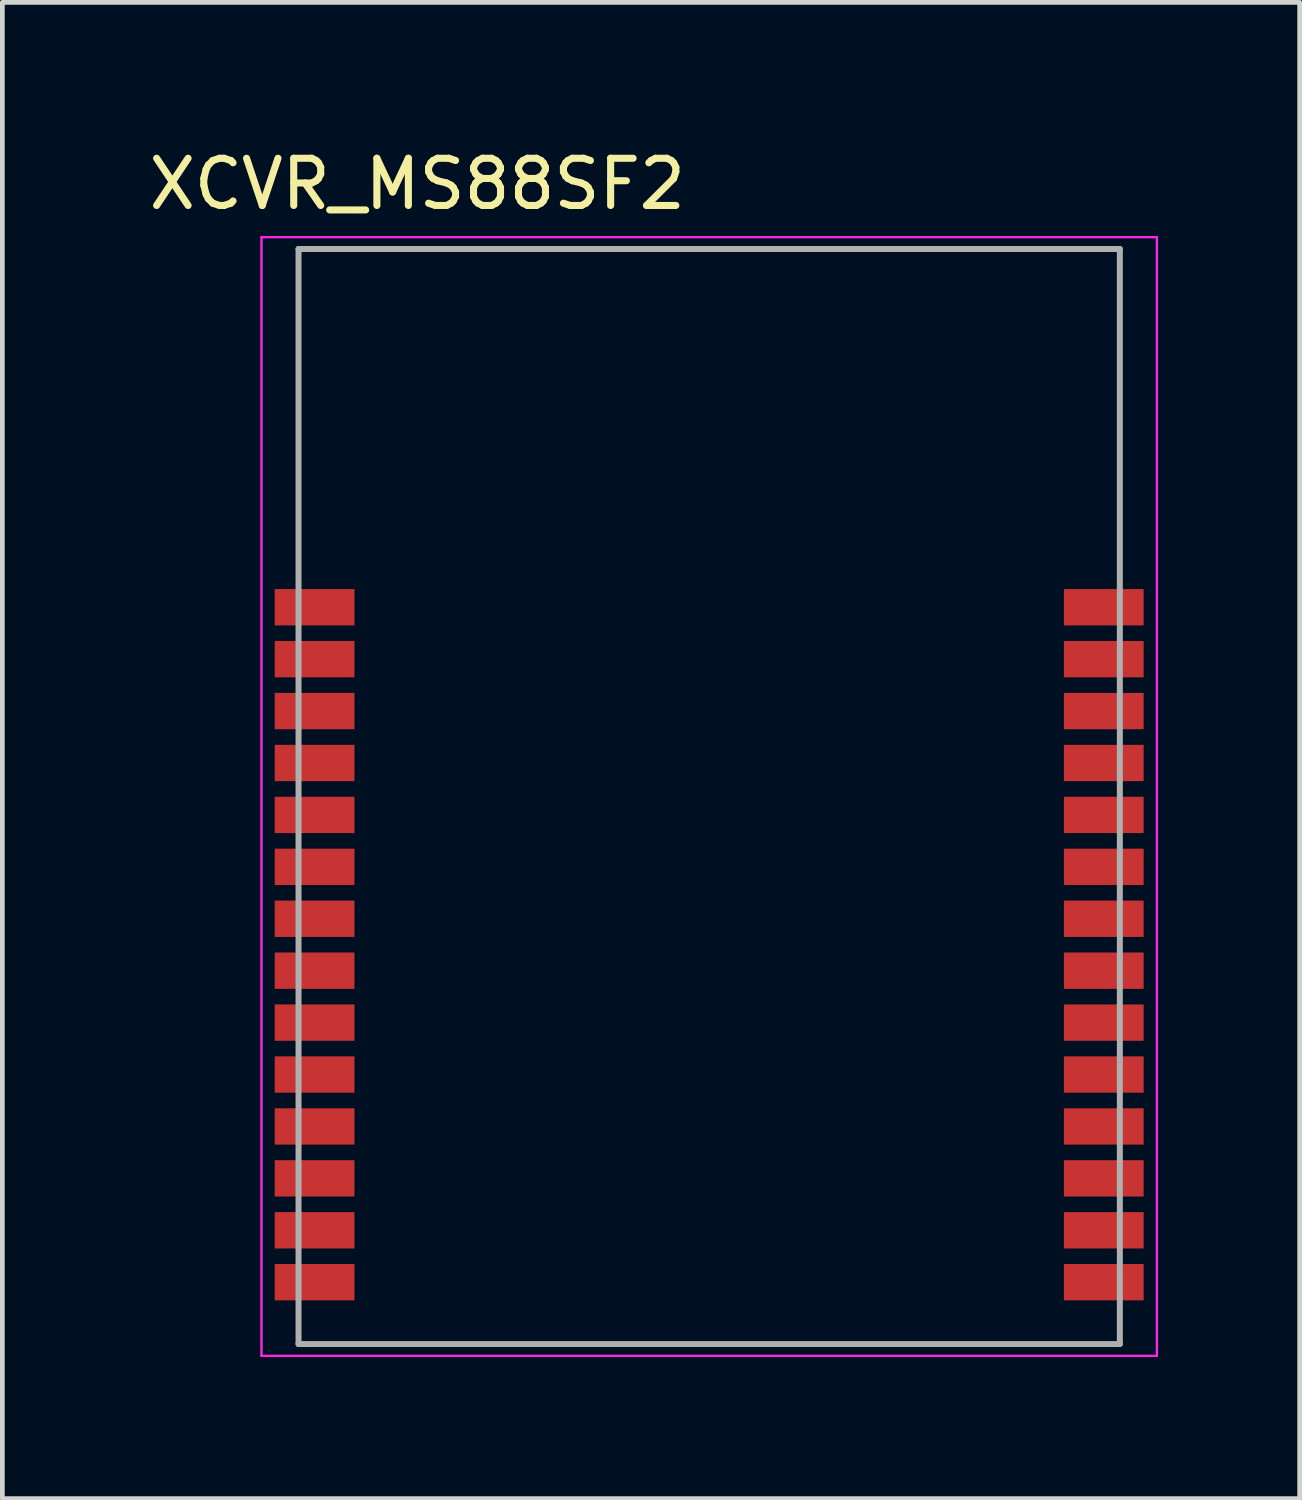
<source format=kicad_pcb>
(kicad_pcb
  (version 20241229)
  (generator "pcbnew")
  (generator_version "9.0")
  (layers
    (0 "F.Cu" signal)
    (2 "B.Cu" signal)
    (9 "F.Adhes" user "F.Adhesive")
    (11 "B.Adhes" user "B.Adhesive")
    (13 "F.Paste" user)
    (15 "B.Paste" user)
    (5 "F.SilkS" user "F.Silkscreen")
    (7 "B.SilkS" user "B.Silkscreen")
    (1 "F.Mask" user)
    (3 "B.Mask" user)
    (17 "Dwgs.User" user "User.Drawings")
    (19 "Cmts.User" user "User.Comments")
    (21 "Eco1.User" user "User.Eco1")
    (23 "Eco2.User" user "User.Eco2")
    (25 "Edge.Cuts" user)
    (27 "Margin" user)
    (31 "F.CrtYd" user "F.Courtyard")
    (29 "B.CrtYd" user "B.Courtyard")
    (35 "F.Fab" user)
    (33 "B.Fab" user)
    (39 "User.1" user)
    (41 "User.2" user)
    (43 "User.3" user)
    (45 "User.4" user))
  (footprint "XCVR_MS88SF2"
    (layer "F.Cu")
    (at 11.975 13.825)
    (property "Reference" "XCVR_MS88SF2" (at -6.183 -12.977 0) (layer "F.SilkS") (effects (font (size 1 1) (thickness 0.15))))
    (attr smd)
    (fp_line (start -9.485 -11.85) (end -9.485 11.85) (stroke (width 0.05) (type solid)) (layer "F.CrtYd"))
    (fp_line (start -9.485 11.85) (end 9.485 11.85) (stroke (width 0.05) (type solid)) (layer "F.CrtYd"))
    (fp_line (start 9.485 -11.85) (end -9.485 -11.85) (stroke (width 0.05) (type solid)) (layer "F.CrtYd"))
    (fp_line (start 9.485 11.85) (end 9.485 -11.85) (stroke (width 0.05) (type solid)) (layer "F.CrtYd"))
    (fp_line (start -8.7 -11.6) (end 8.7 -11.6) (stroke (width 0.127) (type solid)) (layer "F.Fab"))
    (fp_line (start -8.7 11.6) (end -8.7 -11.6) (stroke (width 0.127) (type solid)) (layer "F.Fab"))
    (fp_line (start 8.7 -11.6) (end 8.7 11.6) (stroke (width 0.127) (type solid)) (layer "F.Fab"))
    (fp_line (start 8.7 11.6) (end -8.7 11.6) (stroke (width 0.127) (type solid)) (layer "F.Fab"))
    (pad "1" smd rect (at -8.36 -4.01) (size 1.69 0.77) (layers "F.Cu" "F.Mask" "F.Paste"))
    (pad "2" smd rect (at -8.36 -2.91) (size 1.69 0.77) (layers "F.Cu" "F.Mask" "F.Paste"))
    (pad "3" smd rect (at -8.36 -1.81) (size 1.69 0.77) (layers "F.Cu" "F.Mask" "F.Paste"))
    (pad "4" smd rect (at -8.36 -0.71) (size 1.69 0.77) (layers "F.Cu" "F.Mask" "F.Paste"))
    (pad "5" smd rect (at -8.36 0.39) (size 1.69 0.77) (layers "F.Cu" "F.Mask" "F.Paste"))
    (pad "6" smd rect (at -8.36 1.49) (size 1.69 0.77) (layers "F.Cu" "F.Mask" "F.Paste"))
    (pad "7" smd rect (at -8.36 2.59) (size 1.69 0.77) (layers "F.Cu" "F.Mask" "F.Paste"))
    (pad "8" smd rect (at -8.36 3.69) (size 1.69 0.77) (layers "F.Cu" "F.Mask" "F.Paste"))
    (pad "9" smd rect (at -8.36 4.79) (size 1.69 0.77) (layers "F.Cu" "F.Mask" "F.Paste"))
    (pad "10" smd rect (at -8.36 5.89) (size 1.69 0.77) (layers "F.Cu" "F.Mask" "F.Paste"))
    (pad "11" smd rect (at -8.36 6.99) (size 1.69 0.77) (layers "F.Cu" "F.Mask" "F.Paste"))
    (pad "12" smd rect (at -8.36 8.09) (size 1.69 0.77) (layers "F.Cu" "F.Mask" "F.Paste"))
    (pad "13" smd rect (at -8.36 9.19) (size 1.69 0.77) (layers "F.Cu" "F.Mask" "F.Paste"))
    (pad "14" smd rect (at -8.36 10.29) (size 1.69 0.77) (layers "F.Cu" "F.Mask" "F.Paste"))
    (pad "15" smd rect (at 8.36 10.29) (size 1.69 0.77) (layers "F.Cu" "F.Mask" "F.Paste"))
    (pad "16" smd rect (at 8.36 9.19) (size 1.69 0.77) (layers "F.Cu" "F.Mask" "F.Paste"))
    (pad "17" smd rect (at 8.36 8.09) (size 1.69 0.77) (layers "F.Cu" "F.Mask" "F.Paste"))
    (pad "18" smd rect (at 8.36 6.99) (size 1.69 0.77) (layers "F.Cu" "F.Mask" "F.Paste"))
    (pad "19" smd rect (at 8.36 5.89) (size 1.69 0.77) (layers "F.Cu" "F.Mask" "F.Paste"))
    (pad "20" smd rect (at 8.36 4.79) (size 1.69 0.77) (layers "F.Cu" "F.Mask" "F.Paste"))
    (pad "21" smd rect (at 8.36 3.69) (size 1.69 0.77) (layers "F.Cu" "F.Mask" "F.Paste"))
    (pad "22" smd rect (at 8.36 2.59) (size 1.69 0.77) (layers "F.Cu" "F.Mask" "F.Paste"))
    (pad "23" smd rect (at 8.36 1.49) (size 1.69 0.77) (layers "F.Cu" "F.Mask" "F.Paste"))
    (pad "24" smd rect (at 8.36 0.39) (size 1.69 0.77) (layers "F.Cu" "F.Mask" "F.Paste"))
    (pad "25" smd rect (at 8.36 -0.71) (size 1.69 0.77) (layers "F.Cu" "F.Mask" "F.Paste"))
    (pad "26" smd rect (at 8.36 -1.81) (size 1.69 0.77) (layers "F.Cu" "F.Mask" "F.Paste"))
    (pad "27" smd rect (at 8.36 -2.91) (size 1.69 0.77) (layers "F.Cu" "F.Mask" "F.Paste"))
    (pad "28" smd rect (at 8.36 -4.01) (size 1.69 0.77) (layers "F.Cu" "F.Mask" "F.Paste"))
    (zone (net_name "") (layers "F.Cu" "B.Cu") (hatch full 0.508) (connect_pads) (min_thickness 0.01) (filled_areas_thickness no) (keepout (tracks allowed) (vias not_allowed) (pads allowed) (copperpour allowed) (footprints allowed)) (placement (enabled no)) (fill) (polygon (pts (xy 3.275 2.225) (xy 20.675 2.225) (xy 20.675 8.825) (xy 3.275 8.825)))))
  (gr_rect
    (start -3 -3)
    (end 24.485 28.7)
    (stroke (width 0.1) (type default))
    (fill no)
    (layer "Edge.Cuts")))
</source>
